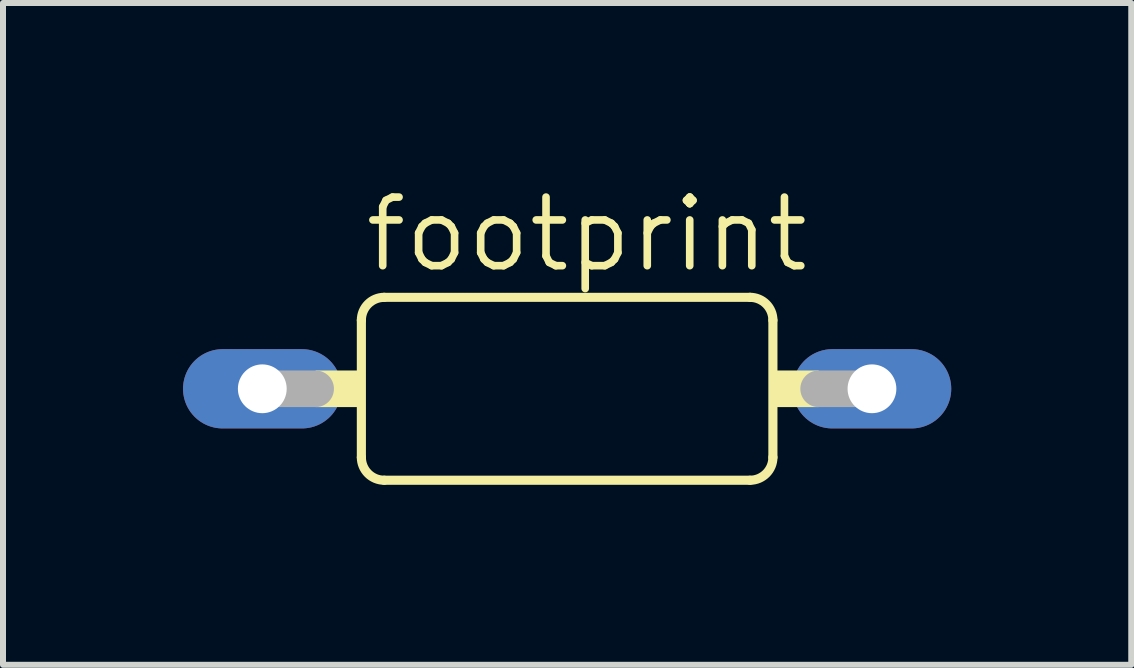
<source format=kicad_pcb>
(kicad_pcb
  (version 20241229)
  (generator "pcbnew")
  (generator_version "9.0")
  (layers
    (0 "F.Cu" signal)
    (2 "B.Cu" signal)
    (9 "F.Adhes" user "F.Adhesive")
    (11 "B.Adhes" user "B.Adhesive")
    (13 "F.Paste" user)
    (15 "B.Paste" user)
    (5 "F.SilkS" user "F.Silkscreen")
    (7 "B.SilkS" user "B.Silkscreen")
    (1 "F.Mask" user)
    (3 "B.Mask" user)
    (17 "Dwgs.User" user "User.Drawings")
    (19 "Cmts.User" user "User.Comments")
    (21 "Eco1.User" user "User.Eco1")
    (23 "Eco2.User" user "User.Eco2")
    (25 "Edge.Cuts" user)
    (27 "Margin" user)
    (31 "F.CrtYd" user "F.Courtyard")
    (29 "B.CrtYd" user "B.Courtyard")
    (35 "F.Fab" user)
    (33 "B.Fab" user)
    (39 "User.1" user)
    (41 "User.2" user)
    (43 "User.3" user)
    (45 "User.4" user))
  (footprint "footprint"
    (layer "F.Cu")
    (at 6.401 3.429)
    (property "Reference" "footprint" (at -3.429 -1.905 0) (layer "F.SilkS") (effects (font (size 1.143 1.143) (thickness 0.127)) (justify left bottom)))
    (fp_line (start -3.429 -1.143) (end -3.429 1.143) (stroke (width 0.152) (type solid)) (layer "F.SilkS"))
    (fp_line (start -3.048 -1.524) (end 3.048 -1.524) (stroke (width 0.152) (type solid)) (layer "F.SilkS"))
    (fp_line (start 3.048 1.524) (end -3.048 1.524) (stroke (width 0.152) (type solid)) (layer "F.SilkS"))
    (fp_line (start 3.429 -1.143) (end 3.429 1.143) (stroke (width 0.152) (type solid)) (layer "F.SilkS"))
    (fp_arc (start -3.429 -1.143) (mid -3.317408 -1.412408) (end -3.048 -1.524) (stroke (width 0.1524) (type solid)) (layer "F.SilkS"))
    (fp_arc (start -3.048 1.524) (mid -3.317408 1.412408) (end -3.429 1.143) (stroke (width 0.1524) (type solid)) (layer "F.SilkS"))
    (fp_arc (start 3.048 -1.524) (mid 3.317408 -1.412408) (end 3.429 -1.143) (stroke (width 0.1524) (type solid)) (layer "F.SilkS"))
    (fp_arc (start 3.429 1.143) (mid 3.317408 1.412408) (end 3.048 1.524) (stroke (width 0.1524) (type solid)) (layer "F.SilkS"))
    (fp_poly (pts (xy -4.191 0.305) (xy -3.429 0.305) (xy -3.429 -0.305) (xy -4.191 -0.305)) (stroke (width 0) (type solid)) (fill yes) (layer "F.SilkS"))
    (fp_poly (pts (xy 3.429 0.305) (xy 4.191 0.305) (xy 4.191 -0.305) (xy 3.429 -0.305)) (stroke (width 0) (type solid)) (fill yes) (layer "F.SilkS"))
    (fp_line (start -4.191 0) (end -5.08 0) (stroke (width 0.61) (type solid)) (layer "F.Fab"))
    (fp_line (start 5.08 0) (end 4.191 0) (stroke (width 0.61) (type solid)) (layer "F.Fab"))
    (pad "1" thru_hole oval (at -5.08 0) (size 2.642 1.321) (drill 0.813) (layers "*.Cu" "*.Mask"))
    (pad "2" thru_hole oval (at 5.08 0) (size 2.642 1.321) (drill 0.813) (layers "*.Cu" "*.Mask")))
  (gr_rect
    (start -3 -3)
    (end 15.802 8.029)
    (stroke (width 0.1) (type default))
    (fill no)
    (layer "Edge.Cuts")))
</source>
